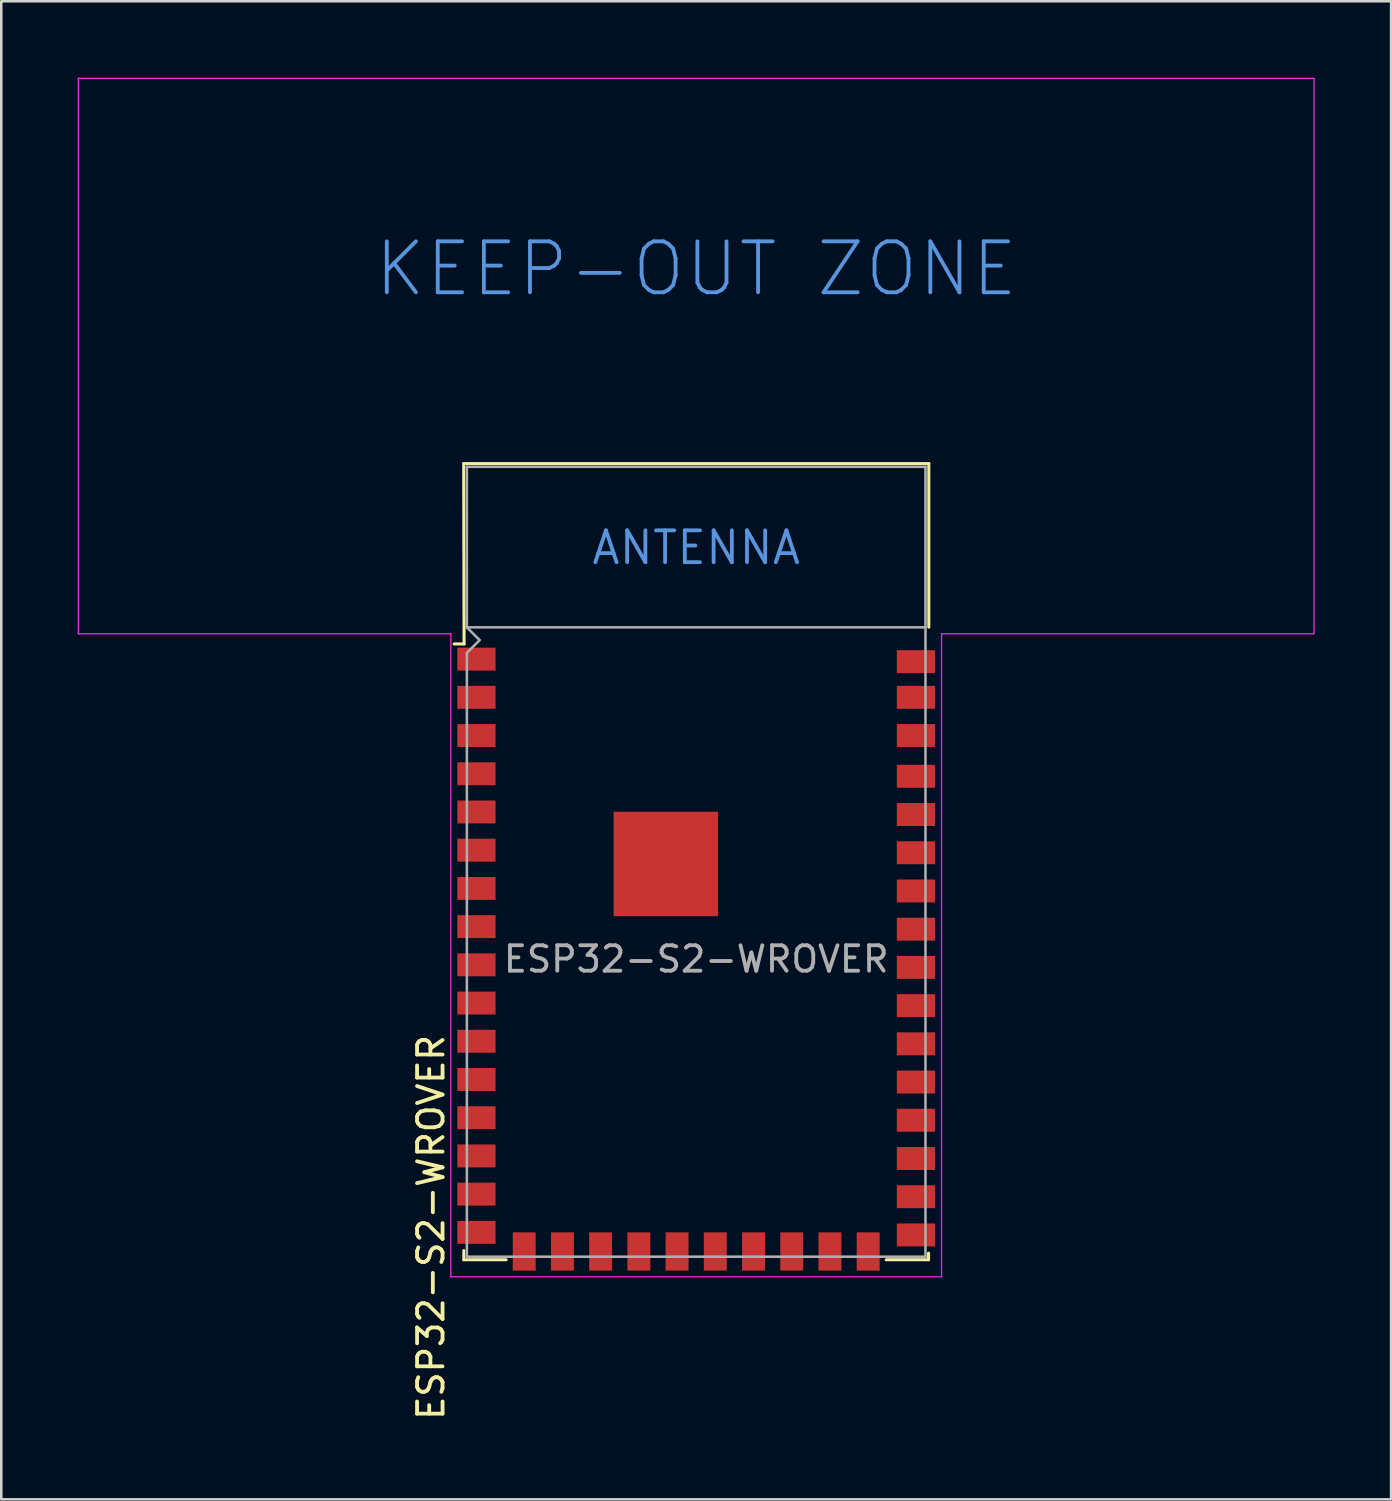
<source format=kicad_pcb>
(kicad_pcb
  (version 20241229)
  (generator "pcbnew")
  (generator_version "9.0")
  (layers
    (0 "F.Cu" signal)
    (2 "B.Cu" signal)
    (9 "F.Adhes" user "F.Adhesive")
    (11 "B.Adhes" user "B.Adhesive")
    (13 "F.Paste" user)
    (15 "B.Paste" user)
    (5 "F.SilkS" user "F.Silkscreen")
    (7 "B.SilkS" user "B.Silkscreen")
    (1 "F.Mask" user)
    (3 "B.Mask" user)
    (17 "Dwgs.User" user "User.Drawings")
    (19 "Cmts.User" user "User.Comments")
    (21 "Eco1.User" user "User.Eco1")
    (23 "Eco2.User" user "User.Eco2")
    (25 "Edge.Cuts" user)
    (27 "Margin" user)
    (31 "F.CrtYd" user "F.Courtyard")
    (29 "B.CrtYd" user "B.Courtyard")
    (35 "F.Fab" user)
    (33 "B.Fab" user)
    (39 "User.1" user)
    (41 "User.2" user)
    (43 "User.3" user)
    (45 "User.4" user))
  (footprint "ESP32-S2-WROVER"
    (layer "F.Cu")
    (at 24.275 34.595)
    (property "Reference" "ESP32-S2-WROVER" (at -10.41 10.53 90) (layer "F.SilkS") (effects (font (size 1 1) (thickness 0.15))))
    (attr smd)
    (fp_line (start -9.125 -19.45) (end 9.13 -19.45) (stroke (width 0.12) (type solid)) (layer "F.SilkS"))
    (fp_line (start -9.12 11.44) (end -9.12 11.8) (stroke (width 0.12) (type solid)) (layer "F.SilkS"))
    (fp_line (start -9.12 11.8) (end -7.46 11.8) (stroke (width 0.12) (type solid)) (layer "F.SilkS"))
    (fp_line (start -9.11 -12.37) (end -9.5 -12.37) (stroke (width 0.12) (type solid)) (layer "F.SilkS"))
    (fp_line (start -9.11 -12.37) (end -9.125 -19.45) (stroke (width 0.12) (type solid)) (layer "F.SilkS"))
    (fp_line (start 9.12 11.54) (end 9.12 11.8) (stroke (width 0.12) (type solid)) (layer "F.SilkS"))
    (fp_line (start 9.12 11.8) (end 7.46 11.8) (stroke (width 0.12) (type solid)) (layer "F.SilkS"))
    (fp_line (start 9.13 -13.03) (end 9.13 -19.45) (stroke (width 0.12) (type solid)) (layer "F.SilkS"))
    (fp_line (start -24.25 -34.57) (end -24.25 -12.77) (stroke (width 0.05) (type solid)) (layer "F.CrtYd"))
    (fp_line (start -24.25 -12.77) (end -9.63 -12.77) (stroke (width 0.05) (type solid)) (layer "F.CrtYd"))
    (fp_line (start -9.63 -12.77) (end -9.63 12.47) (stroke (width 0.05) (type solid)) (layer "F.CrtYd"))
    (fp_line (start -9.63 12.47) (end 9.63 12.47) (stroke (width 0.05) (type solid)) (layer "F.CrtYd"))
    (fp_line (start 9.63 -12.77) (end 24.25 -12.77) (stroke (width 0.05) (type solid)) (layer "F.CrtYd"))
    (fp_line (start 9.63 12.47) (end 9.63 -12.77) (stroke (width 0.05) (type solid)) (layer "F.CrtYd"))
    (fp_line (start 24.25 -34.57) (end -24.25 -34.57) (stroke (width 0.05) (type solid)) (layer "F.CrtYd"))
    (fp_line (start 24.25 -12.77) (end 24.25 -34.57) (stroke (width 0.05) (type solid)) (layer "F.CrtYd"))
    (fp_line (start -9 -19.323) (end 9 -19.323) (stroke (width 0.1) (type solid)) (layer "F.Fab"))
    (fp_line (start -9 -19.32) (end -9 -13.02) (stroke (width 0.1) (type solid)) (layer "F.Fab"))
    (fp_line (start -9 -12.02) (end -9 11.68) (stroke (width 0.1) (type solid)) (layer "F.Fab"))
    (fp_line (start -9 -12.02) (end -8.5 -12.52) (stroke (width 0.1) (type solid)) (layer "F.Fab"))
    (fp_line (start -9 11.68) (end 9 11.68) (stroke (width 0.1) (type solid)) (layer "F.Fab"))
    (fp_line (start -8.5 -12.52) (end -9 -13.02) (stroke (width 0.1) (type solid)) (layer "F.Fab"))
    (fp_line (start 9 -19.32) (end 9 11.68) (stroke (width 0.1) (type solid)) (layer "F.Fab"))
    (fp_line (start 9 -13.023) (end -9 -13.023) (stroke (width 0.1) (type solid)) (layer "F.Fab"))
    (fp_text user "ANTENNA" (at 0 -16.15 0) (layer "Cmts.User") (effects (font (size 1.25 1.25) (thickness 0.15))))
    (fp_text user "KEEP-OUT ZONE" (at 0 -27.09 0) (layer "Cmts.User") (effects (font (size 2 2) (thickness 0.15))))
    (fp_text user "${REFERENCE}" (at 0 0 0) (layer "F.Fab") (effects (font (size 1 1) (thickness 0.15))))
    (pad "1" smd rect (at -8.625 -11.775) (size 1.5 0.9) (layers "F.Cu" "F.Mask" "F.Paste"))
    (pad "2" smd rect (at -8.625 -10.275) (size 1.5 0.9) (layers "F.Cu" "F.Mask" "F.Paste"))
    (pad "3" smd rect (at -8.625 -8.775) (size 1.5 0.9) (layers "F.Cu" "F.Mask" "F.Paste"))
    (pad "4" smd rect (at -8.625 -7.275) (size 1.5 0.9) (layers "F.Cu" "F.Mask" "F.Paste"))
    (pad "5" smd rect (at -8.625 -5.775) (size 1.5 0.9) (layers "F.Cu" "F.Mask" "F.Paste"))
    (pad "6" smd rect (at -8.625 -4.275) (size 1.5 0.9) (layers "F.Cu" "F.Mask" "F.Paste"))
    (pad "7" smd rect (at -8.625 -2.775) (size 1.5 0.9) (layers "F.Cu" "F.Mask" "F.Paste"))
    (pad "8" smd rect (at -8.625 -1.275) (size 1.5 0.9) (layers "F.Cu" "F.Mask" "F.Paste"))
    (pad "9" smd rect (at -8.625 0.225) (size 1.5 0.9) (layers "F.Cu" "F.Mask" "F.Paste"))
    (pad "10" smd rect (at -8.625 1.725) (size 1.5 0.9) (layers "F.Cu" "F.Mask" "F.Paste"))
    (pad "11" smd rect (at -8.625 3.225) (size 1.5 0.9) (layers "F.Cu" "F.Mask" "F.Paste"))
    (pad "12" smd rect (at -8.625 4.725) (size 1.5 0.9) (layers "F.Cu" "F.Mask" "F.Paste"))
    (pad "13" smd rect (at -8.625 6.225) (size 1.5 0.9) (layers "F.Cu" "F.Mask" "F.Paste"))
    (pad "14" smd rect (at -8.625 7.725) (size 1.5 0.9) (layers "F.Cu" "F.Mask" "F.Paste"))
    (pad "15" smd rect (at -8.625 9.225 180) (size 1.5 0.9) (layers "F.Cu" "F.Mask" "F.Paste"))
    (pad "16" smd rect (at -8.625 10.725 180) (size 1.5 0.9) (layers "F.Cu" "F.Mask" "F.Paste"))
    (pad "17" smd rect (at -6.75 11.475) (size 0.9 1.5) (layers "F.Cu" "F.Mask" "F.Paste"))
    (pad "18" smd rect (at -5.25 11.475) (size 0.9 1.5) (layers "F.Cu" "F.Mask" "F.Paste"))
    (pad "19" smd rect (at -3.75 11.475) (size 0.9 1.5) (layers "F.Cu" "F.Mask" "F.Paste"))
    (pad "20" smd rect (at -2.25 11.475) (size 0.9 1.5) (layers "F.Cu" "F.Mask" "F.Paste"))
    (pad "21" smd rect (at -0.75 11.475) (size 0.9 1.5) (layers "F.Cu" "F.Mask" "F.Paste"))
    (pad "22" smd rect (at 0.75 11.475) (size 0.9 1.5) (layers "F.Cu" "F.Mask" "F.Paste"))
    (pad "23" smd rect (at 2.25 11.475) (size 0.9 1.5) (layers "F.Cu" "F.Mask" "F.Paste"))
    (pad "24" smd rect (at 3.75 11.475) (size 0.9 1.5) (layers "F.Cu" "F.Mask" "F.Paste"))
    (pad "25" smd rect (at 5.25 11.475) (size 0.9 1.5) (layers "F.Cu" "F.Mask" "F.Paste"))
    (pad "26" smd rect (at 6.75 11.475) (size 0.9 1.5) (layers "F.Cu" "F.Mask" "F.Paste"))
    (pad "27" smd rect (at 8.625 10.825) (size 1.5 0.9) (layers "F.Cu" "F.Mask" "F.Paste"))
    (pad "28" smd rect (at 8.625 9.325) (size 1.5 0.9) (layers "F.Cu" "F.Mask" "F.Paste"))
    (pad "29" smd rect (at 8.625 7.825) (size 1.5 0.9) (layers "F.Cu" "F.Mask" "F.Paste"))
    (pad "30" smd rect (at 8.625 6.325) (size 1.5 0.9) (layers "F.Cu" "F.Mask" "F.Paste"))
    (pad "31" smd rect (at 8.625 4.825) (size 1.5 0.9) (layers "F.Cu" "F.Mask" "F.Paste"))
    (pad "32" smd rect (at 8.625 3.325) (size 1.5 0.9) (layers "F.Cu" "F.Mask" "F.Paste"))
    (pad "33" smd rect (at 8.625 1.825) (size 1.5 0.9) (layers "F.Cu" "F.Mask" "F.Paste"))
    (pad "34" smd rect (at 8.625 0.325) (size 1.5 0.9) (layers "F.Cu" "F.Mask" "F.Paste"))
    (pad "35" smd rect (at 8.625 -1.175) (size 1.5 0.9) (layers "F.Cu" "F.Mask" "F.Paste"))
    (pad "36" smd rect (at 8.625 -2.675) (size 1.5 0.9) (layers "F.Cu" "F.Mask" "F.Paste"))
    (pad "37" smd rect (at 8.625 -4.175) (size 1.5 0.9) (layers "F.Cu" "F.Mask" "F.Paste"))
    (pad "38" smd rect (at 8.625 -5.675) (size 1.5 0.9) (layers "F.Cu" "F.Mask" "F.Paste"))
    (pad "39" smd rect (at 8.625 -7.175) (size 1.5 0.9) (layers "F.Cu" "F.Mask" "F.Paste"))
    (pad "40" smd rect (at 8.625 -8.775) (size 1.5 0.9) (layers "F.Cu" "F.Mask" "F.Paste"))
    (pad "41" smd rect (at 8.625 -10.275) (size 1.5 0.9) (layers "F.Cu" "F.Mask" "F.Paste"))
    (pad "42" smd rect (at 8.625 -11.675) (size 1.5 0.9) (layers "F.Cu" "F.Mask" "F.Paste"))
    (pad "43" smd rect (at -1.19 -3.735) (size 4.1 4.1) (layers "F.Cu" "F.Mask" "F.Paste"))
    (zone (net_name "") (layers "F.Cu" "B.Cu") (hatch full 0.508) (connect_pads) (min_thickness 0.254) (filled_areas_thickness no) (keepout (tracks not_allowed) (vias not_allowed) (pads not_allowed) (copperpour not_allowed) (footprints not_allowed)) (placement (enabled no)) (fill) (polygon (pts (xy 0.275 21.572) (xy 48.275 21.572) (xy 48.275 0.272) (xy 0.275 0.272)))))
  (gr_rect
    (start -3 -3)
    (end 51.55 55.798)
    (stroke (width 0.1) (type default))
    (fill no)
    (layer "Edge.Cuts")))
</source>
